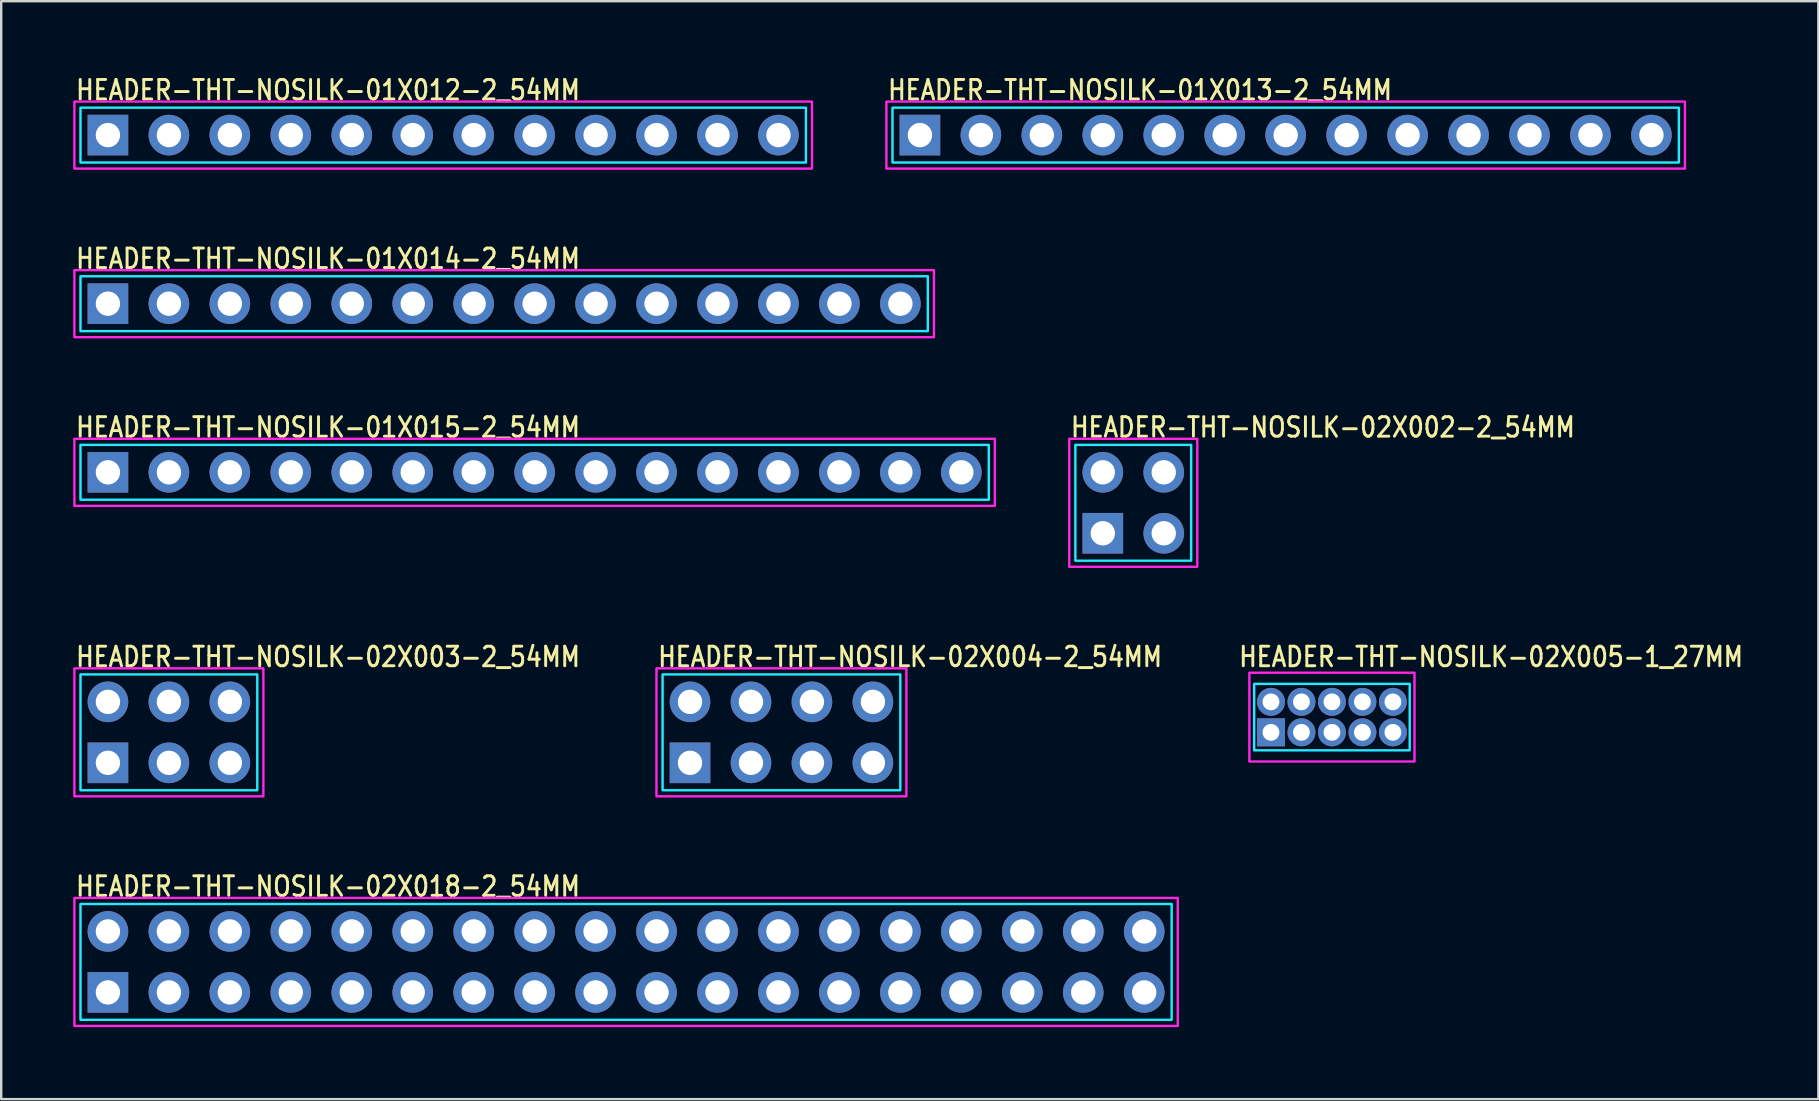
<source format=kicad_pcb>
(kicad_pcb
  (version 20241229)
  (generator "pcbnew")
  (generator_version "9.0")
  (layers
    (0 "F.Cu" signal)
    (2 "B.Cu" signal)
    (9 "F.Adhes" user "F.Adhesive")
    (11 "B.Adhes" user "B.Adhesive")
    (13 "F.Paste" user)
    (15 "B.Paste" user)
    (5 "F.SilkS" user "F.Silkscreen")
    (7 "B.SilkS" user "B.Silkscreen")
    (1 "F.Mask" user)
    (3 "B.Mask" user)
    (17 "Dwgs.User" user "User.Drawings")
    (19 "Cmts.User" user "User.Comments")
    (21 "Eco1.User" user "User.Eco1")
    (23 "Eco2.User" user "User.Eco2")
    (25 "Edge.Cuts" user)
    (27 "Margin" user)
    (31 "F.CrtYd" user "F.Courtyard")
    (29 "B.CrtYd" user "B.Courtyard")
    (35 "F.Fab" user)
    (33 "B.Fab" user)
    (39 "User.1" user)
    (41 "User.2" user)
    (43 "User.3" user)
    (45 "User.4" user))
  (footprint "HEADER-THT-NOSILK-01X013-2_54MM"
    (layer "F.Cu")
    (at 35.281 2.579)
    (property "Reference" "HEADER-THT-NOSILK-01X013-2_54MM" (at -1.4 -1.4 0) (unlocked yes) (layer "F.SilkS") (effects (font (size 0.813 0.695) (thickness 0.122)) (justify left bottom)))
    (fp_poly (pts (xy -1.143 -1.143) (xy 31.623 -1.143) (xy 31.623 1.143) (xy -1.143 1.143)) (stroke (width 0.1) (type solid)) (fill no) (layer "B.CrtYd"))
    (fp_poly (pts (xy -1.397 -1.397) (xy 31.877 -1.397) (xy 31.877 1.397) (xy -1.397 1.397)) (stroke (width 0.1) (type solid)) (fill no) (layer "F.CrtYd"))
    (pad "1" thru_hole rect (at 0 0) (size 1.693 1.693) (drill 1.016) (layers "*.Cu" "*.Mask"))
    (pad "2" thru_hole oval (at 2.54 0) (size 1.693 1.693) (drill 1.016) (layers "*.Cu" "*.Mask"))
    (pad "3" thru_hole oval (at 5.08 0) (size 1.693 1.693) (drill 1.016) (layers "*.Cu" "*.Mask"))
    (pad "4" thru_hole oval (at 7.62 0) (size 1.693 1.693) (drill 1.016) (layers "*.Cu" "*.Mask"))
    (pad "5" thru_hole oval (at 10.16 0) (size 1.693 1.693) (drill 1.016) (layers "*.Cu" "*.Mask"))
    (pad "6" thru_hole oval (at 12.7 0) (size 1.693 1.693) (drill 1.016) (layers "*.Cu" "*.Mask"))
    (pad "7" thru_hole oval (at 15.24 0) (size 1.693 1.693) (drill 1.016) (layers "*.Cu" "*.Mask"))
    (pad "8" thru_hole oval (at 17.78 0) (size 1.693 1.693) (drill 1.016) (layers "*.Cu" "*.Mask"))
    (pad "9" thru_hole oval (at 20.32 0) (size 1.693 1.693) (drill 1.016) (layers "*.Cu" "*.Mask"))
    (pad "10" thru_hole oval (at 22.86 0) (size 1.693 1.693) (drill 1.016) (layers "*.Cu" "*.Mask"))
    (pad "11" thru_hole oval (at 25.4 0) (size 1.693 1.693) (drill 1.016) (layers "*.Cu" "*.Mask"))
    (pad "12" thru_hole oval (at 27.94 0) (size 1.693 1.693) (drill 1.016) (layers "*.Cu" "*.Mask"))
    (pad "13" thru_hole oval (at 30.48 0) (size 1.693 1.693) (drill 1.016) (layers "*.Cu" "*.Mask")))
  (footprint "HEADER-THT-NOSILK-02X002-2_54MM"
    (layer "F.Cu")
    (at 42.901 19.17)
    (property "Reference" "HEADER-THT-NOSILK-02X002-2_54MM" (at -1.4 -3.94 0) (unlocked yes) (layer "F.SilkS") (effects (font (size 0.813 0.695) (thickness 0.122)) (justify left bottom)))
    (fp_poly (pts (xy -1.143 -3.683) (xy 3.683 -3.683) (xy 3.683 1.143) (xy -1.143 1.143)) (stroke (width 0.1) (type solid)) (fill no) (layer "B.CrtYd"))
    (fp_poly (pts (xy -1.397 -3.937) (xy 3.937 -3.937) (xy 3.937 1.397) (xy -1.397 1.397)) (stroke (width 0.1) (type solid)) (fill no) (layer "F.CrtYd"))
    (pad "1" thru_hole rect (at 0 0) (size 1.693 1.693) (drill 1.016) (layers "*.Cu" "*.Mask"))
    (pad "2" thru_hole oval (at 0 -2.54) (size 1.693 1.693) (drill 1.016) (layers "*.Cu" "*.Mask"))
    (pad "3" thru_hole oval (at 2.54 0) (size 1.693 1.693) (drill 1.016) (layers "*.Cu" "*.Mask"))
    (pad "4" thru_hole oval (at 2.54 -2.54) (size 1.693 1.693) (drill 1.016) (layers "*.Cu" "*.Mask")))
  (footprint "HEADER-THT-NOSILK-02X005-1_27MM"
    (layer "F.Cu")
    (at 49.909 27.465)
    (property "Reference" "HEADER-THT-NOSILK-02X005-1_27MM" (at -1.4 -2.67 0) (unlocked yes) (layer "F.SilkS") (effects (font (size 0.813 0.695) (thickness 0.122)) (justify left bottom)))
    (fp_poly (pts (xy -0.7 -2.02) (xy 5.78 -2.02) (xy 5.78 0.75) (xy -0.7 0.75)) (stroke (width 0.1) (type solid)) (fill no) (layer "B.CrtYd"))
    (fp_poly (pts (xy -0.9 -2.485) (xy 5.98 -2.485) (xy 5.98 1.215) (xy -0.9 1.215)) (stroke (width 0.1) (type solid)) (fill no) (layer "F.CrtYd"))
    (pad "1" thru_hole rect (at 0 0) (size 1.167 1.167) (drill 0.7) (layers "*.Cu" "*.Mask"))
    (pad "2" thru_hole oval (at 0 -1.27) (size 1.167 1.167) (drill 0.7) (layers "*.Cu" "*.Mask"))
    (pad "3" thru_hole oval (at 1.27 0) (size 1.167 1.167) (drill 0.7) (layers "*.Cu" "*.Mask"))
    (pad "4" thru_hole oval (at 1.27 -1.27) (size 1.167 1.167) (drill 0.7) (layers "*.Cu" "*.Mask"))
    (pad "5" thru_hole oval (at 2.54 0) (size 1.167 1.167) (drill 0.7) (layers "*.Cu" "*.Mask"))
    (pad "6" thru_hole oval (at 2.54 -1.27) (size 1.167 1.167) (drill 0.7) (layers "*.Cu" "*.Mask"))
    (pad "7" thru_hole oval (at 3.81 0) (size 1.167 1.167) (drill 0.7) (layers "*.Cu" "*.Mask"))
    (pad "8" thru_hole oval (at 3.81 -1.27) (size 1.167 1.167) (drill 0.7) (layers "*.Cu" "*.Mask"))
    (pad "9" thru_hole oval (at 5.08 0) (size 1.167 1.167) (drill 0.7) (layers "*.Cu" "*.Mask"))
    (pad "10" thru_hole oval (at 5.08 -1.27) (size 1.167 1.167) (drill 0.7) (layers "*.Cu" "*.Mask")))
  (footprint "HEADER-THT-NOSILK-01X014-2_54MM"
    (layer "F.Cu")
    (at 1.447 9.604)
    (property "Reference" "HEADER-THT-NOSILK-01X014-2_54MM" (at -1.4 -1.4 0) (unlocked yes) (layer "F.SilkS") (effects (font (size 0.813 0.695) (thickness 0.122)) (justify left bottom)))
    (fp_poly (pts (xy -1.143 -1.143) (xy 34.163 -1.143) (xy 34.163 1.143) (xy -1.143 1.143)) (stroke (width 0.1) (type solid)) (fill no) (layer "B.CrtYd"))
    (fp_poly (pts (xy -1.397 -1.397) (xy 34.417 -1.397) (xy 34.417 1.397) (xy -1.397 1.397)) (stroke (width 0.1) (type solid)) (fill no) (layer "F.CrtYd"))
    (pad "1" thru_hole rect (at 0 0) (size 1.693 1.693) (drill 1.016) (layers "*.Cu" "*.Mask"))
    (pad "2" thru_hole oval (at 2.54 0) (size 1.693 1.693) (drill 1.016) (layers "*.Cu" "*.Mask"))
    (pad "3" thru_hole oval (at 5.08 0) (size 1.693 1.693) (drill 1.016) (layers "*.Cu" "*.Mask"))
    (pad "4" thru_hole oval (at 7.62 0) (size 1.693 1.693) (drill 1.016) (layers "*.Cu" "*.Mask"))
    (pad "5" thru_hole oval (at 10.16 0) (size 1.693 1.693) (drill 1.016) (layers "*.Cu" "*.Mask"))
    (pad "6" thru_hole oval (at 12.7 0) (size 1.693 1.693) (drill 1.016) (layers "*.Cu" "*.Mask"))
    (pad "7" thru_hole oval (at 15.24 0) (size 1.693 1.693) (drill 1.016) (layers "*.Cu" "*.Mask"))
    (pad "8" thru_hole oval (at 17.78 0) (size 1.693 1.693) (drill 1.016) (layers "*.Cu" "*.Mask"))
    (pad "9" thru_hole oval (at 20.32 0) (size 1.693 1.693) (drill 1.016) (layers "*.Cu" "*.Mask"))
    (pad "10" thru_hole oval (at 22.86 0) (size 1.693 1.693) (drill 1.016) (layers "*.Cu" "*.Mask"))
    (pad "11" thru_hole oval (at 25.4 0) (size 1.693 1.693) (drill 1.016) (layers "*.Cu" "*.Mask"))
    (pad "12" thru_hole oval (at 27.94 0) (size 1.693 1.693) (drill 1.016) (layers "*.Cu" "*.Mask"))
    (pad "13" thru_hole oval (at 30.48 0) (size 1.693 1.693) (drill 1.016) (layers "*.Cu" "*.Mask"))
    (pad "14" thru_hole oval (at 33.02 0) (size 1.693 1.693) (drill 1.016) (layers "*.Cu" "*.Mask")))
  (footprint "HEADER-THT-NOSILK-02X004-2_54MM"
    (layer "F.Cu")
    (at 25.701 28.735)
    (property "Reference" "HEADER-THT-NOSILK-02X004-2_54MM" (at -1.4 -3.94 0) (unlocked yes) (layer "F.SilkS") (effects (font (size 0.813 0.695) (thickness 0.122)) (justify left bottom)))
    (fp_poly (pts (xy -1.143 -3.683) (xy 8.763 -3.683) (xy 8.763 1.143) (xy -1.143 1.143)) (stroke (width 0.1) (type solid)) (fill no) (layer "B.CrtYd"))
    (fp_poly (pts (xy -1.397 -3.937) (xy 9.017 -3.937) (xy 9.017 1.397) (xy -1.397 1.397)) (stroke (width 0.1) (type solid)) (fill no) (layer "F.CrtYd"))
    (pad "1" thru_hole rect (at 0 0) (size 1.693 1.693) (drill 1.016) (layers "*.Cu" "*.Mask"))
    (pad "2" thru_hole oval (at 0 -2.54) (size 1.693 1.693) (drill 1.016) (layers "*.Cu" "*.Mask"))
    (pad "3" thru_hole oval (at 2.54 0) (size 1.693 1.693) (drill 1.016) (layers "*.Cu" "*.Mask"))
    (pad "4" thru_hole oval (at 2.54 -2.54) (size 1.693 1.693) (drill 1.016) (layers "*.Cu" "*.Mask"))
    (pad "5" thru_hole oval (at 5.08 0) (size 1.693 1.693) (drill 1.016) (layers "*.Cu" "*.Mask"))
    (pad "6" thru_hole oval (at 5.08 -2.54) (size 1.693 1.693) (drill 1.016) (layers "*.Cu" "*.Mask"))
    (pad "7" thru_hole oval (at 7.62 0) (size 1.693 1.693) (drill 1.016) (layers "*.Cu" "*.Mask"))
    (pad "8" thru_hole oval (at 7.62 -2.54) (size 1.693 1.693) (drill 1.016) (layers "*.Cu" "*.Mask")))
  (footprint "HEADER-THT-NOSILK-02X003-2_54MM"
    (layer "F.Cu")
    (at 1.447 28.735)
    (property "Reference" "HEADER-THT-NOSILK-02X003-2_54MM" (at -1.4 -3.94 0) (unlocked yes) (layer "F.SilkS") (effects (font (size 0.813 0.695) (thickness 0.122)) (justify left bottom)))
    (fp_poly (pts (xy -1.143 -3.683) (xy 6.223 -3.683) (xy 6.223 1.143) (xy -1.143 1.143)) (stroke (width 0.1) (type solid)) (fill no) (layer "B.CrtYd"))
    (fp_poly (pts (xy -1.397 -3.937) (xy 6.477 -3.937) (xy 6.477 1.397) (xy -1.397 1.397)) (stroke (width 0.1) (type solid)) (fill no) (layer "F.CrtYd"))
    (pad "1" thru_hole rect (at 0 0) (size 1.693 1.693) (drill 1.016) (layers "*.Cu" "*.Mask"))
    (pad "2" thru_hole oval (at 0 -2.54) (size 1.693 1.693) (drill 1.016) (layers "*.Cu" "*.Mask"))
    (pad "3" thru_hole oval (at 2.54 0) (size 1.693 1.693) (drill 1.016) (layers "*.Cu" "*.Mask"))
    (pad "4" thru_hole oval (at 2.54 -2.54) (size 1.693 1.693) (drill 1.016) (layers "*.Cu" "*.Mask"))
    (pad "5" thru_hole oval (at 5.08 0) (size 1.693 1.693) (drill 1.016) (layers "*.Cu" "*.Mask"))
    (pad "6" thru_hole oval (at 5.08 -2.54) (size 1.693 1.693) (drill 1.016) (layers "*.Cu" "*.Mask")))
  (footprint "HEADER-THT-NOSILK-01X012-2_54MM"
    (layer "F.Cu")
    (at 1.447 2.579)
    (property "Reference" "HEADER-THT-NOSILK-01X012-2_54MM" (at -1.4 -1.4 0) (unlocked yes) (layer "F.SilkS") (effects (font (size 0.813 0.695) (thickness 0.122)) (justify left bottom)))
    (fp_poly (pts (xy -1.143 -1.143) (xy 29.083 -1.143) (xy 29.083 1.143) (xy -1.143 1.143)) (stroke (width 0.1) (type solid)) (fill no) (layer "B.CrtYd"))
    (fp_poly (pts (xy -1.397 -1.397) (xy 29.337 -1.397) (xy 29.337 1.397) (xy -1.397 1.397)) (stroke (width 0.1) (type solid)) (fill no) (layer "F.CrtYd"))
    (pad "1" thru_hole rect (at 0 0) (size 1.693 1.693) (drill 1.016) (layers "*.Cu" "*.Mask"))
    (pad "2" thru_hole oval (at 2.54 0) (size 1.693 1.693) (drill 1.016) (layers "*.Cu" "*.Mask"))
    (pad "3" thru_hole oval (at 5.08 0) (size 1.693 1.693) (drill 1.016) (layers "*.Cu" "*.Mask"))
    (pad "4" thru_hole oval (at 7.62 0) (size 1.693 1.693) (drill 1.016) (layers "*.Cu" "*.Mask"))
    (pad "5" thru_hole oval (at 10.16 0) (size 1.693 1.693) (drill 1.016) (layers "*.Cu" "*.Mask"))
    (pad "6" thru_hole oval (at 12.7 0) (size 1.693 1.693) (drill 1.016) (layers "*.Cu" "*.Mask"))
    (pad "7" thru_hole oval (at 15.24 0) (size 1.693 1.693) (drill 1.016) (layers "*.Cu" "*.Mask"))
    (pad "8" thru_hole oval (at 17.78 0) (size 1.693 1.693) (drill 1.016) (layers "*.Cu" "*.Mask"))
    (pad "9" thru_hole oval (at 20.32 0) (size 1.693 1.693) (drill 1.016) (layers "*.Cu" "*.Mask"))
    (pad "10" thru_hole oval (at 22.86 0) (size 1.693 1.693) (drill 1.016) (layers "*.Cu" "*.Mask"))
    (pad "11" thru_hole oval (at 25.4 0) (size 1.693 1.693) (drill 1.016) (layers "*.Cu" "*.Mask"))
    (pad "12" thru_hole oval (at 27.94 0) (size 1.693 1.693) (drill 1.016) (layers "*.Cu" "*.Mask")))
  (footprint "HEADER-THT-NOSILK-01X015-2_54MM"
    (layer "F.Cu")
    (at 1.447 16.63)
    (property "Reference" "HEADER-THT-NOSILK-01X015-2_54MM" (at -1.4 -1.4 0) (unlocked yes) (layer "F.SilkS") (effects (font (size 0.813 0.695) (thickness 0.122)) (justify left bottom)))
    (fp_poly (pts (xy -1.143 -1.143) (xy 36.703 -1.143) (xy 36.703 1.143) (xy -1.143 1.143)) (stroke (width 0.1) (type solid)) (fill no) (layer "B.CrtYd"))
    (fp_poly (pts (xy -1.397 -1.397) (xy 36.957 -1.397) (xy 36.957 1.397) (xy -1.397 1.397)) (stroke (width 0.1) (type solid)) (fill no) (layer "F.CrtYd"))
    (pad "1" thru_hole rect (at 0 0) (size 1.693 1.693) (drill 1.016) (layers "*.Cu" "*.Mask"))
    (pad "2" thru_hole oval (at 2.54 0) (size 1.693 1.693) (drill 1.016) (layers "*.Cu" "*.Mask"))
    (pad "3" thru_hole oval (at 5.08 0) (size 1.693 1.693) (drill 1.016) (layers "*.Cu" "*.Mask"))
    (pad "4" thru_hole oval (at 7.62 0) (size 1.693 1.693) (drill 1.016) (layers "*.Cu" "*.Mask"))
    (pad "5" thru_hole oval (at 10.16 0) (size 1.693 1.693) (drill 1.016) (layers "*.Cu" "*.Mask"))
    (pad "6" thru_hole oval (at 12.7 0) (size 1.693 1.693) (drill 1.016) (layers "*.Cu" "*.Mask"))
    (pad "7" thru_hole oval (at 15.24 0) (size 1.693 1.693) (drill 1.016) (layers "*.Cu" "*.Mask"))
    (pad "8" thru_hole oval (at 17.78 0) (size 1.693 1.693) (drill 1.016) (layers "*.Cu" "*.Mask"))
    (pad "9" thru_hole oval (at 20.32 0) (size 1.693 1.693) (drill 1.016) (layers "*.Cu" "*.Mask"))
    (pad "10" thru_hole oval (at 22.86 0) (size 1.693 1.693) (drill 1.016) (layers "*.Cu" "*.Mask"))
    (pad "11" thru_hole oval (at 25.4 0) (size 1.693 1.693) (drill 1.016) (layers "*.Cu" "*.Mask"))
    (pad "12" thru_hole oval (at 27.94 0) (size 1.693 1.693) (drill 1.016) (layers "*.Cu" "*.Mask"))
    (pad "13" thru_hole oval (at 30.48 0) (size 1.693 1.693) (drill 1.016) (layers "*.Cu" "*.Mask"))
    (pad "14" thru_hole oval (at 33.02 0) (size 1.693 1.693) (drill 1.016) (layers "*.Cu" "*.Mask"))
    (pad "15" thru_hole oval (at 35.56 0) (size 1.693 1.693) (drill 1.016) (layers "*.Cu" "*.Mask")))
  (footprint "HEADER-THT-NOSILK-02X018-2_54MM"
    (layer "F.Cu")
    (at 1.447 38.301)
    (property "Reference" "HEADER-THT-NOSILK-02X018-2_54MM" (at -1.4 -3.94 0) (unlocked yes) (layer "F.SilkS") (effects (font (size 0.813 0.695) (thickness 0.122)) (justify left bottom)))
    (fp_poly (pts (xy -1.143 -3.683) (xy 44.323 -3.683) (xy 44.323 1.143) (xy -1.143 1.143)) (stroke (width 0.1) (type solid)) (fill no) (layer "B.CrtYd"))
    (fp_poly (pts (xy -1.397 -3.937) (xy 44.577 -3.937) (xy 44.577 1.397) (xy -1.397 1.397)) (stroke (width 0.1) (type solid)) (fill no) (layer "F.CrtYd"))
    (pad "1" thru_hole rect (at 0 0) (size 1.693 1.693) (drill 1.016) (layers "*.Cu" "*.Mask"))
    (pad "2" thru_hole oval (at 0 -2.54) (size 1.693 1.693) (drill 1.016) (layers "*.Cu" "*.Mask"))
    (pad "3" thru_hole oval (at 2.54 0) (size 1.693 1.693) (drill 1.016) (layers "*.Cu" "*.Mask"))
    (pad "4" thru_hole oval (at 2.54 -2.54) (size 1.693 1.693) (drill 1.016) (layers "*.Cu" "*.Mask"))
    (pad "5" thru_hole oval (at 5.08 0) (size 1.693 1.693) (drill 1.016) (layers "*.Cu" "*.Mask"))
    (pad "6" thru_hole oval (at 5.08 -2.54) (size 1.693 1.693) (drill 1.016) (layers "*.Cu" "*.Mask"))
    (pad "7" thru_hole oval (at 7.62 0) (size 1.693 1.693) (drill 1.016) (layers "*.Cu" "*.Mask"))
    (pad "8" thru_hole oval (at 7.62 -2.54) (size 1.693 1.693) (drill 1.016) (layers "*.Cu" "*.Mask"))
    (pad "9" thru_hole oval (at 10.16 0) (size 1.693 1.693) (drill 1.016) (layers "*.Cu" "*.Mask"))
    (pad "10" thru_hole oval (at 10.16 -2.54) (size 1.693 1.693) (drill 1.016) (layers "*.Cu" "*.Mask"))
    (pad "11" thru_hole oval (at 12.7 0) (size 1.693 1.693) (drill 1.016) (layers "*.Cu" "*.Mask"))
    (pad "12" thru_hole oval (at 12.7 -2.54) (size 1.693 1.693) (drill 1.016) (layers "*.Cu" "*.Mask"))
    (pad "13" thru_hole oval (at 15.24 0) (size 1.693 1.693) (drill 1.016) (layers "*.Cu" "*.Mask"))
    (pad "14" thru_hole oval (at 15.24 -2.54) (size 1.693 1.693) (drill 1.016) (layers "*.Cu" "*.Mask"))
    (pad "15" thru_hole oval (at 17.78 0) (size 1.693 1.693) (drill 1.016) (layers "*.Cu" "*.Mask"))
    (pad "16" thru_hole oval (at 17.78 -2.54) (size 1.693 1.693) (drill 1.016) (layers "*.Cu" "*.Mask"))
    (pad "17" thru_hole oval (at 20.32 0) (size 1.693 1.693) (drill 1.016) (layers "*.Cu" "*.Mask"))
    (pad "18" thru_hole oval (at 20.32 -2.54) (size 1.693 1.693) (drill 1.016) (layers "*.Cu" "*.Mask"))
    (pad "19" thru_hole oval (at 22.86 0) (size 1.693 1.693) (drill 1.016) (layers "*.Cu" "*.Mask"))
    (pad "20" thru_hole oval (at 22.86 -2.54) (size 1.693 1.693) (drill 1.016) (layers "*.Cu" "*.Mask"))
    (pad "21" thru_hole oval (at 25.4 0) (size 1.693 1.693) (drill 1.016) (layers "*.Cu" "*.Mask"))
    (pad "22" thru_hole oval (at 25.4 -2.54) (size 1.693 1.693) (drill 1.016) (layers "*.Cu" "*.Mask"))
    (pad "23" thru_hole oval (at 27.94 0) (size 1.693 1.693) (drill 1.016) (layers "*.Cu" "*.Mask"))
    (pad "24" thru_hole oval (at 27.94 -2.54) (size 1.693 1.693) (drill 1.016) (layers "*.Cu" "*.Mask"))
    (pad "25" thru_hole oval (at 30.48 0) (size 1.693 1.693) (drill 1.016) (layers "*.Cu" "*.Mask"))
    (pad "26" thru_hole oval (at 30.48 -2.54) (size 1.693 1.693) (drill 1.016) (layers "*.Cu" "*.Mask"))
    (pad "27" thru_hole oval (at 33.02 0) (size 1.693 1.693) (drill 1.016) (layers "*.Cu" "*.Mask"))
    (pad "28" thru_hole oval (at 33.02 -2.54) (size 1.693 1.693) (drill 1.016) (layers "*.Cu" "*.Mask"))
    (pad "29" thru_hole oval (at 35.56 0) (size 1.693 1.693) (drill 1.016) (layers "*.Cu" "*.Mask"))
    (pad "30" thru_hole oval (at 35.56 -2.54) (size 1.693 1.693) (drill 1.016) (layers "*.Cu" "*.Mask"))
    (pad "31" thru_hole oval (at 38.1 0) (size 1.693 1.693) (drill 1.016) (layers "*.Cu" "*.Mask"))
    (pad "32" thru_hole oval (at 38.1 -2.54) (size 1.693 1.693) (drill 1.016) (layers "*.Cu" "*.Mask"))
    (pad "33" thru_hole oval (at 40.64 0) (size 1.693 1.693) (drill 1.016) (layers "*.Cu" "*.Mask"))
    (pad "34" thru_hole oval (at 40.64 -2.54) (size 1.693 1.693) (drill 1.016) (layers "*.Cu" "*.Mask"))
    (pad "35" thru_hole oval (at 43.18 0) (size 1.693 1.693) (drill 1.016) (layers "*.Cu" "*.Mask"))
    (pad "36" thru_hole oval (at 43.18 -2.54) (size 1.693 1.693) (drill 1.016) (layers "*.Cu" "*.Mask")))
  (gr_rect
    (start -3 -3)
    (end 72.716 42.748)
    (stroke (width 0.1) (type default))
    (fill no)
    (layer "Edge.Cuts")))
</source>
